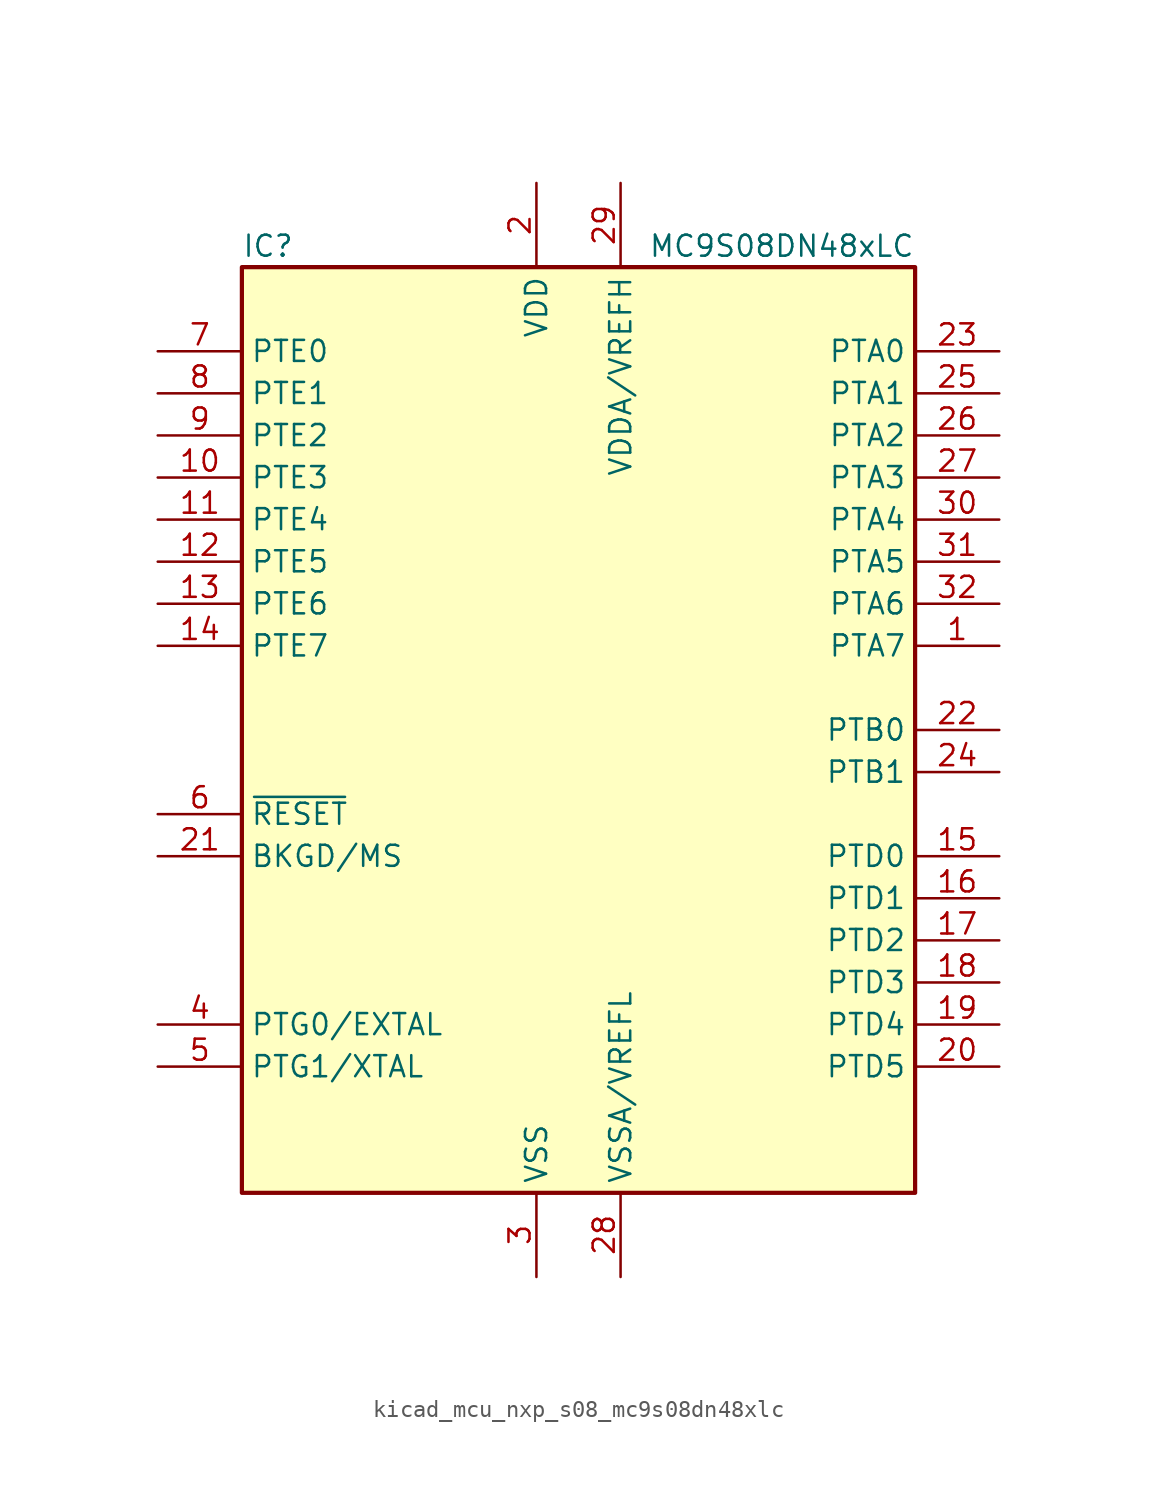
<source format=kicad_sym>
(kicad_symbol_lib
  (version 20220914)
  (generator kicad_symbol_editor)
  (symbol "kicad_mcu_nxp_s08_mc9s08dn48xlc"
    (property "Reference" "IC"
      (at -20.32 29.21 0)
      (effects (font (size 1.27 1.27)) (justify left)))
    (property "Value" "MC9S08DN48xLC"
      (at 20.32 29.21 0)
      (effects (font (size 1.27 1.27)) (justify right)))
    (symbol "kicad_mcu_nxp_s08_mc9s08dn48xlc_0_1"
      (rectangle (start -20.32 27.94) (end 20.32 -27.94) (stroke (width 0.254) (type default)) (fill (type background))))
    (symbol "kicad_mcu_nxp_s08_mc9s08dn48xlc_1_1"
      (pin bidirectional line (at 25.4 5.08 180) (length 5.08) (name "PTA7" (effects (font (size 1.27 1.27)))) (number "1" (effects (font (size 1.27 1.27)))))
      (pin bidirectional line (at -25.4 15.24 0) (length 5.08) (name "PTE3" (effects (font (size 1.27 1.27)))) (number "10" (effects (font (size 1.27 1.27)))))
      (pin bidirectional line (at -25.4 12.7 0) (length 5.08) (name "PTE4" (effects (font (size 1.27 1.27)))) (number "11" (effects (font (size 1.27 1.27)))))
      (pin bidirectional line (at -25.4 10.16 0) (length 5.08) (name "PTE5" (effects (font (size 1.27 1.27)))) (number "12" (effects (font (size 1.27 1.27)))))
      (pin bidirectional line (at -25.4 7.62 0) (length 5.08) (name "PTE6" (effects (font (size 1.27 1.27)))) (number "13" (effects (font (size 1.27 1.27)))))
      (pin bidirectional line (at -25.4 5.08 0) (length 5.08) (name "PTE7" (effects (font (size 1.27 1.27)))) (number "14" (effects (font (size 1.27 1.27)))))
      (pin bidirectional line (at 25.4 -7.62 180) (length 5.08) (name "PTD0" (effects (font (size 1.27 1.27)))) (number "15" (effects (font (size 1.27 1.27)))))
      (pin bidirectional line (at 25.4 -10.16 180) (length 5.08) (name "PTD1" (effects (font (size 1.27 1.27)))) (number "16" (effects (font (size 1.27 1.27)))))
      (pin bidirectional line (at 25.4 -12.7 180) (length 5.08) (name "PTD2" (effects (font (size 1.27 1.27)))) (number "17" (effects (font (size 1.27 1.27)))))
      (pin bidirectional line (at 25.4 -15.24 180) (length 5.08) (name "PTD3" (effects (font (size 1.27 1.27)))) (number "18" (effects (font (size 1.27 1.27)))))
      (pin bidirectional line (at 25.4 -17.78 180) (length 5.08) (name "PTD4" (effects (font (size 1.27 1.27)))) (number "19" (effects (font (size 1.27 1.27)))))
      (pin power_in line (at -2.54 33.02 270) (length 5.08) (name "VDD" (effects (font (size 1.27 1.27)))) (number "2" (effects (font (size 1.27 1.27)))))
      (pin bidirectional line (at 25.4 -20.32 180) (length 5.08) (name "PTD5" (effects (font (size 1.27 1.27)))) (number "20" (effects (font (size 1.27 1.27)))))
      (pin bidirectional line (at -25.4 -7.62 0) (length 5.08) (name "BKGD/MS" (effects (font (size 1.27 1.27)))) (number "21" (effects (font (size 1.27 1.27)))))
      (pin bidirectional line (at 25.4 0 180) (length 5.08) (name "PTB0" (effects (font (size 1.27 1.27)))) (number "22" (effects (font (size 1.27 1.27)))))
      (pin bidirectional line (at 25.4 22.86 180) (length 5.08) (name "PTA0" (effects (font (size 1.27 1.27)))) (number "23" (effects (font (size 1.27 1.27)))))
      (pin bidirectional line (at 25.4 -2.54 180) (length 5.08) (name "PTB1" (effects (font (size 1.27 1.27)))) (number "24" (effects (font (size 1.27 1.27)))))
      (pin bidirectional line (at 25.4 20.32 180) (length 5.08) (name "PTA1" (effects (font (size 1.27 1.27)))) (number "25" (effects (font (size 1.27 1.27)))))
      (pin bidirectional line (at 25.4 17.78 180) (length 5.08) (name "PTA2" (effects (font (size 1.27 1.27)))) (number "26" (effects (font (size 1.27 1.27)))))
      (pin bidirectional line (at 25.4 15.24 180) (length 5.08) (name "PTA3" (effects (font (size 1.27 1.27)))) (number "27" (effects (font (size 1.27 1.27)))))
      (pin power_in line (at 2.54 -33.02 90) (length 5.08) (name "VSSA/VREFL" (effects (font (size 1.27 1.27)))) (number "28" (effects (font (size 1.27 1.27)))))
      (pin power_in line (at 2.54 33.02 270) (length 5.08) (name "VDDA/VREFH" (effects (font (size 1.27 1.27)))) (number "29" (effects (font (size 1.27 1.27)))))
      (pin power_in line (at -2.54 -33.02 90) (length 5.08) (name "VSS" (effects (font (size 1.27 1.27)))) (number "3" (effects (font (size 1.27 1.27)))))
      (pin bidirectional line (at 25.4 12.7 180) (length 5.08) (name "PTA4" (effects (font (size 1.27 1.27)))) (number "30" (effects (font (size 1.27 1.27)))))
      (pin bidirectional line (at 25.4 10.16 180) (length 5.08) (name "PTA5" (effects (font (size 1.27 1.27)))) (number "31" (effects (font (size 1.27 1.27)))))
      (pin bidirectional line (at 25.4 7.62 180) (length 5.08) (name "PTA6" (effects (font (size 1.27 1.27)))) (number "32" (effects (font (size 1.27 1.27)))))
      (pin bidirectional line (at -25.4 -17.78 0) (length 5.08) (name "PTG0/EXTAL" (effects (font (size 1.27 1.27)))) (number "4" (effects (font (size 1.27 1.27)))))
      (pin bidirectional line (at -25.4 -20.32 0) (length 5.08) (name "PTG1/XTAL" (effects (font (size 1.27 1.27)))) (number "5" (effects (font (size 1.27 1.27)))))
      (pin input line (at -25.4 -5.08 0) (length 5.08) (name "~{RESET}" (effects (font (size 1.27 1.27)))) (number "6" (effects (font (size 1.27 1.27)))))
      (pin bidirectional line (at -25.4 22.86 0) (length 5.08) (name "PTE0" (effects (font (size 1.27 1.27)))) (number "7" (effects (font (size 1.27 1.27)))))
      (pin bidirectional line (at -25.4 20.32 0) (length 5.08) (name "PTE1" (effects (font (size 1.27 1.27)))) (number "8" (effects (font (size 1.27 1.27)))))
      (pin bidirectional line (at -25.4 17.78 0) (length 5.08) (name "PTE2" (effects (font (size 1.27 1.27)))) (number "9" (effects (font (size 1.27 1.27))))))))
</source>
